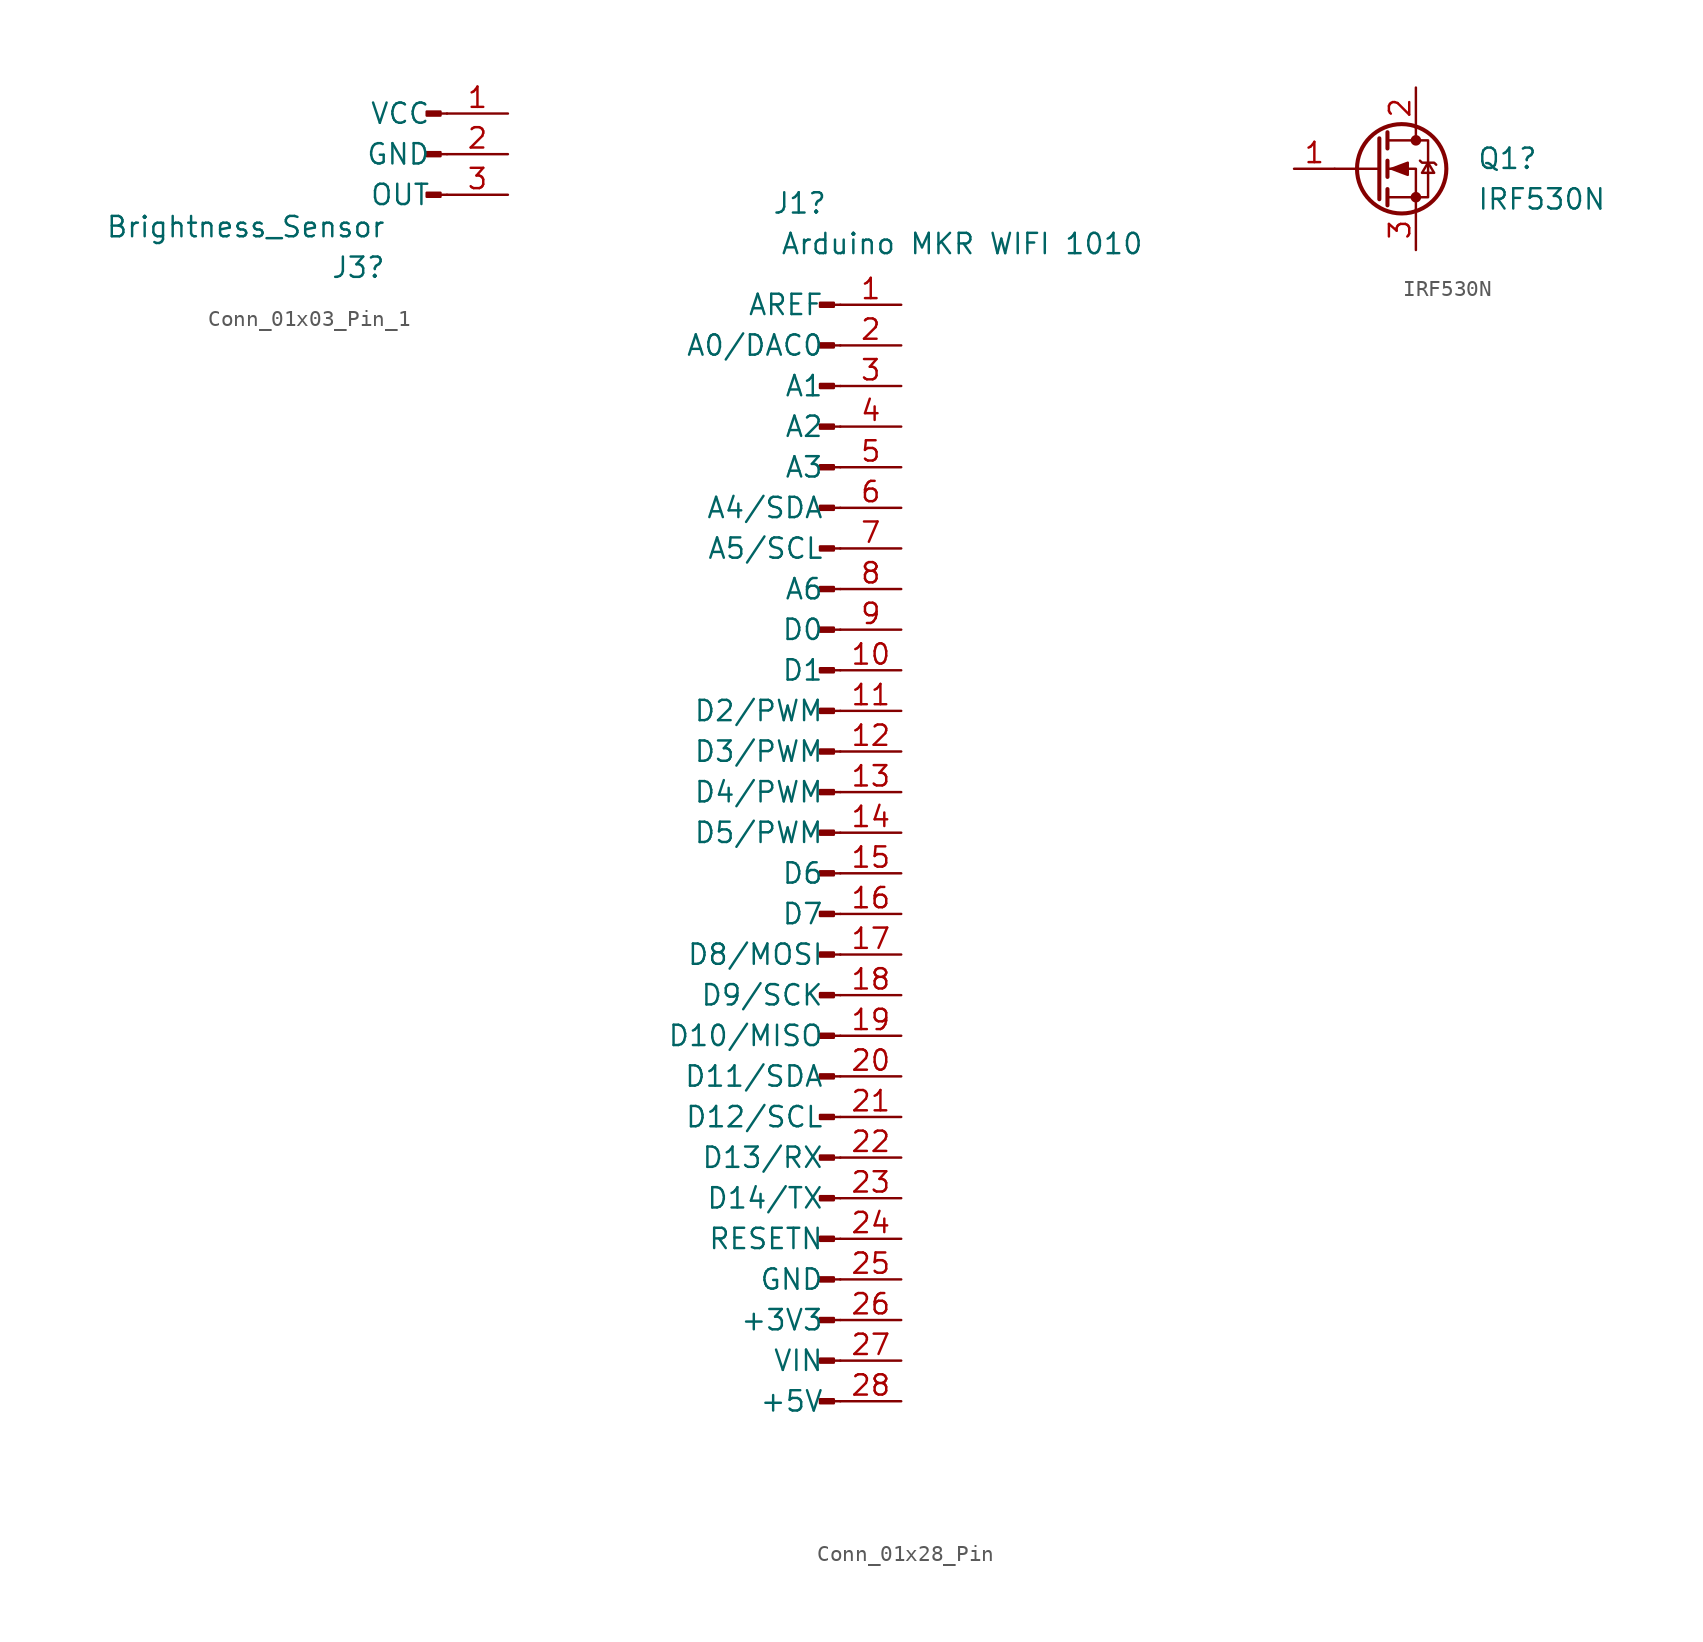
<source format=kicad_sym>
(kicad_symbol_lib
  (version 20220914)
  (generator kicad_symbol_editor)
  (symbol "Conn_01x03_Pin_1"
    (pin_names
      (offset 1.016))
    (property "Reference" "J3"
      (at -2.54 -6.35 0)
      (effects (font (size 1.27 1.27)) (justify right top)))
    (property "Value" "Brightness_Sensor"
      (at -2.54 -3.81 0)
      (effects (font (size 1.27 1.27)) (justify right top)))
    (property "ki_locked" ""
      (at 0 0 0)
      (effects (font (size 1.27 1.27))))
    (symbol "Conn_01x03_Pin_1_1_1"
      (polyline (pts (xy 1.27 -2.54) (xy 0.864 -2.54)) (stroke (width 0.152) (type default)) (fill (type none)))
      (polyline (pts (xy 1.27 0) (xy 0.864 0)) (stroke (width 0.152) (type default)) (fill (type none)))
      (polyline (pts (xy 1.27 2.54) (xy 0.864 2.54)) (stroke (width 0.152) (type default)) (fill (type none)))
      (rectangle (start 0.864 -2.413) (end 0 -2.667) (stroke (width 0.152) (type default)) (fill (type outline)))
      (rectangle (start 0.864 0.127) (end 0 -0.127) (stroke (width 0.152) (type default)) (fill (type outline)))
      (rectangle (start 0.864 2.667) (end 0 2.413) (stroke (width 0.152) (type default)) (fill (type outline)))
      (pin passive line (at 5.08 2.54 180) (length 3.81) (name "VCC" (effects (font (size 1.27 1.27)))) (number "1" (effects (font (size 1.27 1.27)))))
      (pin passive line (at 5.08 0 180) (length 3.81) (name "GND" (effects (font (size 1.27 1.27)))) (number "2" (effects (font (size 1.27 1.27)))))
      (pin passive line (at 5.08 -2.54 180) (length 3.81) (name "OUT" (effects (font (size 1.27 1.27)))) (number "3" (effects (font (size 1.27 1.27)))))))
  (symbol "Conn_01x28_Pin"
    (pin_names
      (offset 1.016))
    (property "Reference" "J1"
      (at -1.27 39.37 0)
      (effects (font (size 1.27 1.27))))
    (property "Value" "Arduino MKR WIFI 1010"
      (at 8.89 36.83 0)
      (effects (font (size 1.27 1.27))))
    (property "ki_locked" ""
      (at 0 0 0)
      (effects (font (size 1.27 1.27))))
    (symbol "Conn_01x28_Pin_1_1"
      (polyline (pts (xy 1.27 -35.56) (xy 0.864 -35.56)) (stroke (width 0.152) (type default)) (fill (type none)))
      (polyline (pts (xy 1.27 -33.02) (xy 0.864 -33.02)) (stroke (width 0.152) (type default)) (fill (type none)))
      (polyline (pts (xy 1.27 -30.48) (xy 0.864 -30.48)) (stroke (width 0.152) (type default)) (fill (type none)))
      (polyline (pts (xy 1.27 -27.94) (xy 0.864 -27.94)) (stroke (width 0.152) (type default)) (fill (type none)))
      (polyline (pts (xy 1.27 -25.4) (xy 0.864 -25.4)) (stroke (width 0.152) (type default)) (fill (type none)))
      (polyline (pts (xy 1.27 -22.86) (xy 0.864 -22.86)) (stroke (width 0.152) (type default)) (fill (type none)))
      (polyline (pts (xy 1.27 -20.32) (xy 0.864 -20.32)) (stroke (width 0.152) (type default)) (fill (type none)))
      (polyline (pts (xy 1.27 -17.78) (xy 0.864 -17.78)) (stroke (width 0.152) (type default)) (fill (type none)))
      (polyline (pts (xy 1.27 -15.24) (xy 0.864 -15.24)) (stroke (width 0.152) (type default)) (fill (type none)))
      (polyline (pts (xy 1.27 -12.7) (xy 0.864 -12.7)) (stroke (width 0.152) (type default)) (fill (type none)))
      (polyline (pts (xy 1.27 -10.16) (xy 0.864 -10.16)) (stroke (width 0.152) (type default)) (fill (type none)))
      (polyline (pts (xy 1.27 -7.62) (xy 0.864 -7.62)) (stroke (width 0.152) (type default)) (fill (type none)))
      (polyline (pts (xy 1.27 -5.08) (xy 0.864 -5.08)) (stroke (width 0.152) (type default)) (fill (type none)))
      (polyline (pts (xy 1.27 -2.54) (xy 0.864 -2.54)) (stroke (width 0.152) (type default)) (fill (type none)))
      (polyline (pts (xy 1.27 0) (xy 0.864 0)) (stroke (width 0.152) (type default)) (fill (type none)))
      (polyline (pts (xy 1.27 2.54) (xy 0.864 2.54)) (stroke (width 0.152) (type default)) (fill (type none)))
      (polyline (pts (xy 1.27 5.08) (xy 0.864 5.08)) (stroke (width 0.152) (type default)) (fill (type none)))
      (polyline (pts (xy 1.27 7.62) (xy 0.864 7.62)) (stroke (width 0.152) (type default)) (fill (type none)))
      (polyline (pts (xy 1.27 10.16) (xy 0.864 10.16)) (stroke (width 0.152) (type default)) (fill (type none)))
      (polyline (pts (xy 1.27 12.7) (xy 0.864 12.7)) (stroke (width 0.152) (type default)) (fill (type none)))
      (polyline (pts (xy 1.27 15.24) (xy 0.864 15.24)) (stroke (width 0.152) (type default)) (fill (type none)))
      (polyline (pts (xy 1.27 17.78) (xy 0.864 17.78)) (stroke (width 0.152) (type default)) (fill (type none)))
      (polyline (pts (xy 1.27 20.32) (xy 0.864 20.32)) (stroke (width 0.152) (type default)) (fill (type none)))
      (polyline (pts (xy 1.27 22.86) (xy 0.864 22.86)) (stroke (width 0.152) (type default)) (fill (type none)))
      (polyline (pts (xy 1.27 25.4) (xy 0.864 25.4)) (stroke (width 0.152) (type default)) (fill (type none)))
      (polyline (pts (xy 1.27 27.94) (xy 0.864 27.94)) (stroke (width 0.152) (type default)) (fill (type none)))
      (polyline (pts (xy 1.27 30.48) (xy 0.864 30.48)) (stroke (width 0.152) (type default)) (fill (type none)))
      (polyline (pts (xy 1.27 33.02) (xy 0.864 33.02)) (stroke (width 0.152) (type default)) (fill (type none)))
      (rectangle (start 0.864 -35.433) (end 0 -35.687) (stroke (width 0.152) (type default)) (fill (type outline)))
      (rectangle (start 0.864 -32.893) (end 0 -33.147) (stroke (width 0.152) (type default)) (fill (type outline)))
      (rectangle (start 0.864 -30.353) (end 0 -30.607) (stroke (width 0.152) (type default)) (fill (type outline)))
      (rectangle (start 0.864 -27.813) (end 0 -28.067) (stroke (width 0.152) (type default)) (fill (type outline)))
      (rectangle (start 0.864 -25.273) (end 0 -25.527) (stroke (width 0.152) (type default)) (fill (type outline)))
      (rectangle (start 0.864 -22.733) (end 0 -22.987) (stroke (width 0.152) (type default)) (fill (type outline)))
      (rectangle (start 0.864 -20.193) (end 0 -20.447) (stroke (width 0.152) (type default)) (fill (type outline)))
      (rectangle (start 0.864 -17.653) (end 0 -17.907) (stroke (width 0.152) (type default)) (fill (type outline)))
      (rectangle (start 0.864 -15.113) (end 0 -15.367) (stroke (width 0.152) (type default)) (fill (type outline)))
      (rectangle (start 0.864 -12.573) (end 0 -12.827) (stroke (width 0.152) (type default)) (fill (type outline)))
      (rectangle (start 0.864 -10.033) (end 0 -10.287) (stroke (width 0.152) (type default)) (fill (type outline)))
      (rectangle (start 0.864 -7.493) (end 0 -7.747) (stroke (width 0.152) (type default)) (fill (type outline)))
      (rectangle (start 0.864 -4.953) (end 0 -5.207) (stroke (width 0.152) (type default)) (fill (type outline)))
      (rectangle (start 0.864 -2.413) (end 0 -2.667) (stroke (width 0.152) (type default)) (fill (type outline)))
      (rectangle (start 0.864 0.127) (end 0 -0.127) (stroke (width 0.152) (type default)) (fill (type outline)))
      (rectangle (start 0.864 2.667) (end 0 2.413) (stroke (width 0.152) (type default)) (fill (type outline)))
      (rectangle (start 0.864 5.207) (end 0 4.953) (stroke (width 0.152) (type default)) (fill (type outline)))
      (rectangle (start 0.864 7.747) (end 0 7.493) (stroke (width 0.152) (type default)) (fill (type outline)))
      (rectangle (start 0.864 10.287) (end 0 10.033) (stroke (width 0.152) (type default)) (fill (type outline)))
      (rectangle (start 0.864 12.827) (end 0 12.573) (stroke (width 0.152) (type default)) (fill (type outline)))
      (rectangle (start 0.864 15.367) (end 0 15.113) (stroke (width 0.152) (type default)) (fill (type outline)))
      (rectangle (start 0.864 17.907) (end 0 17.653) (stroke (width 0.152) (type default)) (fill (type outline)))
      (rectangle (start 0.864 20.447) (end 0 20.193) (stroke (width 0.152) (type default)) (fill (type outline)))
      (rectangle (start 0.864 22.987) (end 0 22.733) (stroke (width 0.152) (type default)) (fill (type outline)))
      (rectangle (start 0.864 25.527) (end 0 25.273) (stroke (width 0.152) (type default)) (fill (type outline)))
      (rectangle (start 0.864 28.067) (end 0 27.813) (stroke (width 0.152) (type default)) (fill (type outline)))
      (rectangle (start 0.864 30.607) (end 0 30.353) (stroke (width 0.152) (type default)) (fill (type outline)))
      (rectangle (start 0.864 33.147) (end 0 32.893) (stroke (width 0.152) (type default)) (fill (type outline)))
      (pin passive line (at 5.08 33.02 180) (length 3.81) (name "AREF" (effects (font (size 1.27 1.27)))) (number "1" (effects (font (size 1.27 1.27)))))
      (pin passive line (at 5.08 10.16 180) (length 3.81) (name "D1" (effects (font (size 1.27 1.27)))) (number "10" (effects (font (size 1.27 1.27)))))
      (pin passive line (at 5.08 7.62 180) (length 3.81) (name "D2/PWM" (effects (font (size 1.27 1.27)))) (number "11" (effects (font (size 1.27 1.27)))))
      (pin passive line (at 5.08 5.08 180) (length 3.81) (name "D3/PWM" (effects (font (size 1.27 1.27)))) (number "12" (effects (font (size 1.27 1.27)))))
      (pin passive line (at 5.08 2.54 180) (length 3.81) (name "D4/PWM" (effects (font (size 1.27 1.27)))) (number "13" (effects (font (size 1.27 1.27)))))
      (pin passive line (at 5.08 0 180) (length 3.81) (name "D5/PWM" (effects (font (size 1.27 1.27)))) (number "14" (effects (font (size 1.27 1.27)))))
      (pin passive line (at 5.08 -2.54 180) (length 3.81) (name "D6" (effects (font (size 1.27 1.27)))) (number "15" (effects (font (size 1.27 1.27)))))
      (pin passive line (at 5.08 -5.08 180) (length 3.81) (name "D7" (effects (font (size 1.27 1.27)))) (number "16" (effects (font (size 1.27 1.27)))))
      (pin passive line (at 5.08 -7.62 180) (length 3.81) (name "D8/MOSI" (effects (font (size 1.27 1.27)))) (number "17" (effects (font (size 1.27 1.27)))))
      (pin passive line (at 5.08 -10.16 180) (length 3.81) (name "D9/SCK" (effects (font (size 1.27 1.27)))) (number "18" (effects (font (size 1.27 1.27)))))
      (pin passive line (at 5.08 -12.7 180) (length 3.81) (name "D10/MISO" (effects (font (size 1.27 1.27)))) (number "19" (effects (font (size 1.27 1.27)))))
      (pin passive line (at 5.08 30.48 180) (length 3.81) (name "A0/DAC0" (effects (font (size 1.27 1.27)))) (number "2" (effects (font (size 1.27 1.27)))))
      (pin passive line (at 5.08 -15.24 180) (length 3.81) (name "D11/SDA" (effects (font (size 1.27 1.27)))) (number "20" (effects (font (size 1.27 1.27)))))
      (pin passive line (at 5.08 -17.78 180) (length 3.81) (name "D12/SCL" (effects (font (size 1.27 1.27)))) (number "21" (effects (font (size 1.27 1.27)))))
      (pin passive line (at 5.08 -20.32 180) (length 3.81) (name "D13/RX" (effects (font (size 1.27 1.27)))) (number "22" (effects (font (size 1.27 1.27)))))
      (pin passive line (at 5.08 -22.86 180) (length 3.81) (name "D14/TX" (effects (font (size 1.27 1.27)))) (number "23" (effects (font (size 1.27 1.27)))))
      (pin passive line (at 5.08 -25.4 180) (length 3.81) (name "RESETN" (effects (font (size 1.27 1.27)))) (number "24" (effects (font (size 1.27 1.27)))))
      (pin passive line (at 5.08 -27.94 180) (length 3.81) (name "GND" (effects (font (size 1.27 1.27)))) (number "25" (effects (font (size 1.27 1.27)))))
      (pin passive line (at 5.08 -30.48 180) (length 3.81) (name "+3V3" (effects (font (size 1.27 1.27)))) (number "26" (effects (font (size 1.27 1.27)))))
      (pin passive line (at 5.08 -33.02 180) (length 3.81) (name "VIN" (effects (font (size 1.27 1.27)))) (number "27" (effects (font (size 1.27 1.27)))))
      (pin passive line (at 5.08 -35.56 180) (length 3.81) (name "+5V" (effects (font (size 1.27 1.27)))) (number "28" (effects (font (size 1.27 1.27)))))
      (pin passive line (at 5.08 27.94 180) (length 3.81) (name "A1" (effects (font (size 1.27 1.27)))) (number "3" (effects (font (size 1.27 1.27)))))
      (pin passive line (at 5.08 25.4 180) (length 3.81) (name "A2" (effects (font (size 1.27 1.27)))) (number "4" (effects (font (size 1.27 1.27)))))
      (pin passive line (at 5.08 22.86 180) (length 3.81) (name "A3" (effects (font (size 1.27 1.27)))) (number "5" (effects (font (size 1.27 1.27)))))
      (pin passive line (at 5.08 20.32 180) (length 3.81) (name "A4/SDA" (effects (font (size 1.27 1.27)))) (number "6" (effects (font (size 1.27 1.27)))))
      (pin passive line (at 5.08 17.78 180) (length 3.81) (name "A5/SCL" (effects (font (size 1.27 1.27)))) (number "7" (effects (font (size 1.27 1.27)))))
      (pin passive line (at 5.08 15.24 180) (length 3.81) (name "A6" (effects (font (size 1.27 1.27)))) (number "8" (effects (font (size 1.27 1.27)))))
      (pin output line (at 5.08 12.7 180) (length 3.81) (name "D0" (effects (font (size 1.27 1.27)))) (number "9" (effects (font (size 1.27 1.27)))))))
  (symbol "IRF530N"
    (pin_names hide)
    (property "Reference" "Q1"
      (at 6.35 0.635 0)
      (effects (font (size 1.27 1.27)) (justify left)))
    (property "Value" "IRF530N"
      (at 6.35 -1.905 0)
      (effects (font (size 1.27 1.27)) (justify left)))
    (symbol "IRF530N_0_1"
      (polyline (pts (xy 0.254 0) (xy -2.54 0)) (stroke (width 0) (type default)) (fill (type none)))
      (polyline (pts (xy 0.254 1.905) (xy 0.254 -1.905)) (stroke (width 0.254) (type default)) (fill (type none)))
      (polyline (pts (xy 0.762 -1.27) (xy 0.762 -2.286)) (stroke (width 0.254) (type default)) (fill (type none)))
      (polyline (pts (xy 0.762 0.508) (xy 0.762 -0.508)) (stroke (width 0.254) (type default)) (fill (type none)))
      (polyline (pts (xy 0.762 2.286) (xy 0.762 1.27)) (stroke (width 0.254) (type default)) (fill (type none)))
      (polyline (pts (xy 2.54 2.54) (xy 2.54 1.778)) (stroke (width 0) (type default)) (fill (type none)))
      (polyline (pts (xy 2.54 -2.54) (xy 2.54 0) (xy 0.762 0)) (stroke (width 0) (type default)) (fill (type none)))
      (polyline (pts (xy 0.762 -1.778) (xy 3.302 -1.778) (xy 3.302 1.778) (xy 0.762 1.778)) (stroke (width 0) (type default)) (fill (type none)))
      (polyline (pts (xy 1.016 0) (xy 2.032 0.381) (xy 2.032 -0.381) (xy 1.016 0)) (stroke (width 0) (type default)) (fill (type outline)))
      (polyline (pts (xy 2.794 0.508) (xy 2.921 0.381) (xy 3.683 0.381) (xy 3.81 0.254)) (stroke (width 0) (type default)) (fill (type none)))
      (polyline (pts (xy 3.302 0.381) (xy 2.921 -0.254) (xy 3.683 -0.254) (xy 3.302 0.381)) (stroke (width 0) (type default)) (fill (type none)))
      (circle (center 1.651 0) (radius 2.794) (stroke (width 0.254) (type default)) (fill (type none)))
      (circle (center 2.54 -1.778) (radius 0.254) (stroke (width 0) (type default)) (fill (type outline)))
      (circle (center 2.54 1.778) (radius 0.254) (stroke (width 0) (type default)) (fill (type outline))))
    (symbol "IRF530N_1_1"
      (pin input line (at -5.08 0 0) (length 2.54) (name "G" (effects (font (size 1.27 1.27)))) (number "1" (effects (font (size 1.27 1.27)))))
      (pin passive line (at 2.54 5.08 270) (length 2.54) (name "D" (effects (font (size 1.27 1.27)))) (number "2" (effects (font (size 1.27 1.27)))))
      (pin passive line (at 2.54 -5.08 90) (length 2.54) (name "S" (effects (font (size 1.27 1.27)))) (number "3" (effects (font (size 1.27 1.27))))))))
</source>
